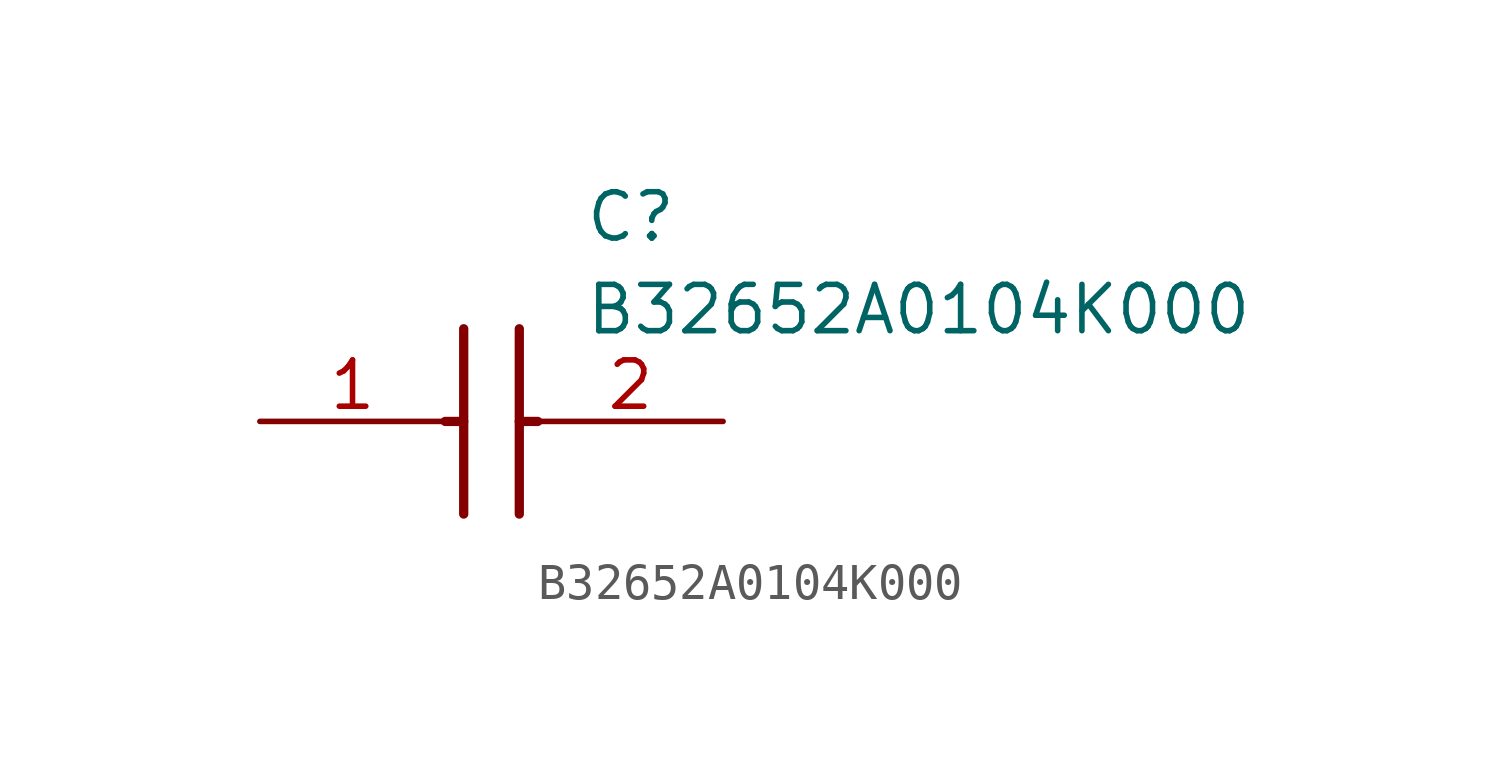
<source format=kicad_sym>
(kicad_symbol_lib
  (version 20211014)
  (generator SamacSys_ECAD_Model)
  (symbol "B32652A0104K000"
    (pin_names hide)
    (property "Reference" "C"
      (at 8.89 6.35 0)
      (effects (font (size 1.27 1.27)) (justify left top)))
    (property "Value" "B32652A0104K000"
      (at 8.89 3.81 0)
      (effects (font (size 1.27 1.27)) (justify left top)))
    (polyline
      (pts (xy 5.588 2.54) (xy 5.588 -2.54))
      (stroke (width 0.254) (type default))
      (fill (type none)))
    (polyline
      (pts (xy 7.112 2.54) (xy 7.112 -2.54))
      (stroke (width 0.254) (type default))
      (fill (type none)))
    (polyline
      (pts (xy 5.08 0) (xy 5.588 0))
      (stroke (width 0.254) (type default))
      (fill (type none)))
    (polyline
      (pts (xy 7.112 0) (xy 7.62 0))
      (stroke (width 0.254) (type default))
      (fill (type none)))
    (pin passive line
      (at 0 0 0)
      (length 5.08)
      (name "1" (effects (font (size 1.27 1.27))))
      (number "1" (effects (font (size 1.27 1.27)))))
    (pin passive line
      (at 12.7 0 180)
      (length 5.08)
      (name "2" (effects (font (size 1.27 1.27))))
      (number "2" (effects (font (size 1.27 1.27)))))))
</source>
